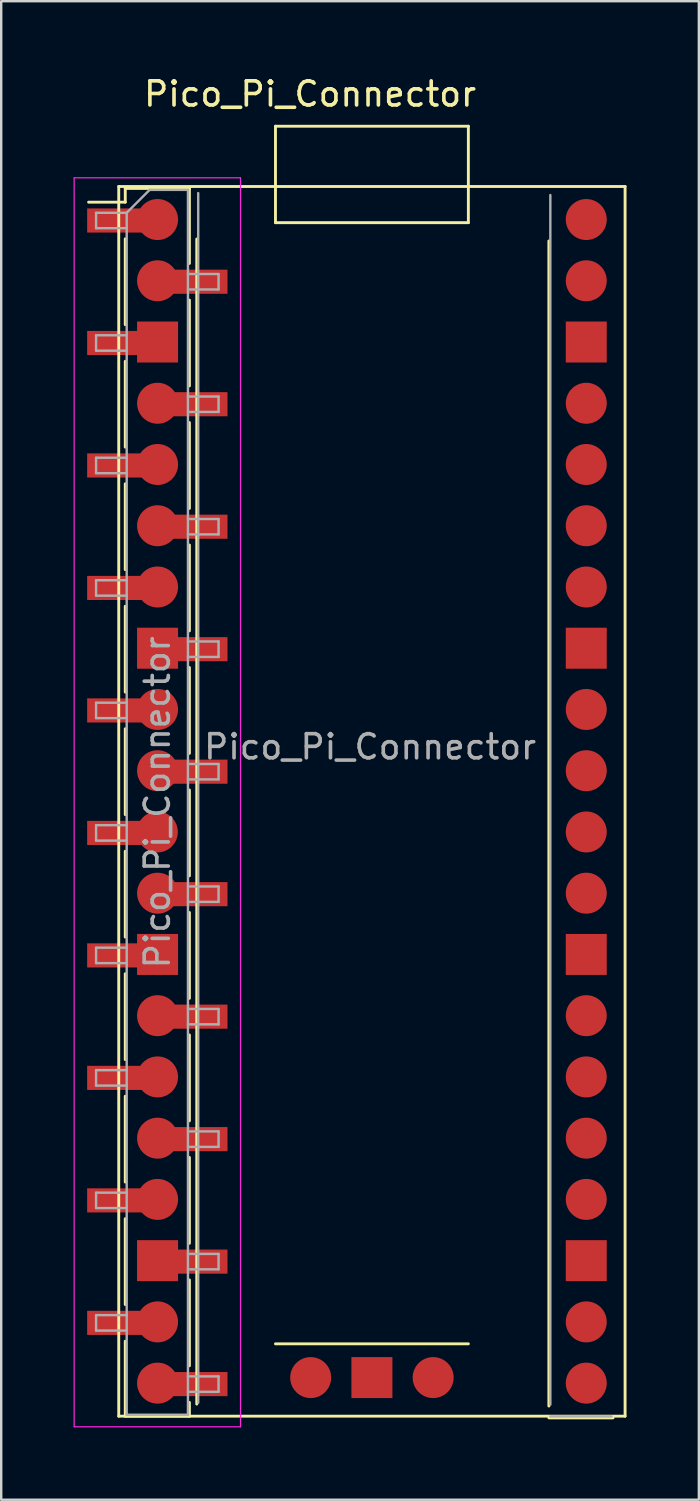
<source format=kicad_pcb>
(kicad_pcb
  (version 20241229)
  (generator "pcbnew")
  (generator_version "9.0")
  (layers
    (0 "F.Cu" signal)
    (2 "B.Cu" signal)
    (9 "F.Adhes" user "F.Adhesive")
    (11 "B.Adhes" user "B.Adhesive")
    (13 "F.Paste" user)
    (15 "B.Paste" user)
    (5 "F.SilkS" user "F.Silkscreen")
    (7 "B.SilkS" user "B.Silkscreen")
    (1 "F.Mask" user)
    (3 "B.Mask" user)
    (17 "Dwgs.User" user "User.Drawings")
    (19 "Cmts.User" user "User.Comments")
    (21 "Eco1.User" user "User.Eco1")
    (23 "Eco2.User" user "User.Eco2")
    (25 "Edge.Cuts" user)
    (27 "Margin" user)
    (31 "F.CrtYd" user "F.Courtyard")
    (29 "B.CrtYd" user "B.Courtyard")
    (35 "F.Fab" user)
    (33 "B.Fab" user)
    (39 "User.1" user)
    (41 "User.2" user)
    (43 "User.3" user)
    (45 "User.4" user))
  (footprint "Pico_Pi_Connector"
    (layer "F.Cu")
    (at 12.375 30.185)
    (property "Reference" "Pico_Pi_Connector" (at -2.565 -29.337 0) (layer "F.SilkS") (effects (font (size 1 1) (thickness 0.15))))
    (attr through_hole)
    (fp_line (start -10.5 -25.5) (end 10.5 -25.5) (stroke (width 0.12) (type solid)) (layer "F.SilkS"))
    (fp_line (start -10.5 25.5) (end -10.5 -25.5) (stroke (width 0.12) (type solid)) (layer "F.SilkS"))
    (fp_line (start -10.23 -25.42) (end -10.23 -24.85) (stroke (width 0.12) (type solid)) (layer "F.SilkS"))
    (fp_line (start -10.23 -25.42) (end -7.57 -25.42) (stroke (width 0.12) (type solid)) (layer "F.SilkS"))
    (fp_line (start -10.23 -24.85) (end -11.75 -24.85) (stroke (width 0.12) (type solid)) (layer "F.SilkS"))
    (fp_line (start -10.23 -23.33) (end -10.23 -19.77) (stroke (width 0.12) (type solid)) (layer "F.SilkS"))
    (fp_line (start -10.23 -18.25) (end -10.23 -14.69) (stroke (width 0.12) (type solid)) (layer "F.SilkS"))
    (fp_line (start -10.23 -13.17) (end -10.23 -9.61) (stroke (width 0.12) (type solid)) (layer "F.SilkS"))
    (fp_line (start -10.23 -8.09) (end -10.23 -4.53) (stroke (width 0.12) (type solid)) (layer "F.SilkS"))
    (fp_line (start -10.23 -3.01) (end -10.23 0.55) (stroke (width 0.12) (type solid)) (layer "F.SilkS"))
    (fp_line (start -10.23 2.07) (end -10.23 5.63) (stroke (width 0.12) (type solid)) (layer "F.SilkS"))
    (fp_line (start -10.23 7.15) (end -10.23 10.71) (stroke (width 0.12) (type solid)) (layer "F.SilkS"))
    (fp_line (start -10.23 12.23) (end -10.23 15.79) (stroke (width 0.12) (type solid)) (layer "F.SilkS"))
    (fp_line (start -10.23 17.31) (end -10.23 20.87) (stroke (width 0.12) (type solid)) (layer "F.SilkS"))
    (fp_line (start -10.23 22.39) (end -10.23 25.5) (stroke (width 0.12) (type solid)) (layer "F.SilkS"))
    (fp_line (start -10.23 25.5) (end -7.57 25.5) (stroke (width 0.12) (type solid)) (layer "F.SilkS"))
    (fp_line (start -7.57 -25.42) (end -7.57 -22.31) (stroke (width 0.12) (type solid)) (layer "F.SilkS"))
    (fp_line (start -7.57 -20.79) (end -7.57 -17.23) (stroke (width 0.12) (type solid)) (layer "F.SilkS"))
    (fp_line (start -7.57 -15.71) (end -7.57 -12.15) (stroke (width 0.12) (type solid)) (layer "F.SilkS"))
    (fp_line (start -7.57 -10.63) (end -7.57 -7.07) (stroke (width 0.12) (type solid)) (layer "F.SilkS"))
    (fp_line (start -7.57 -5.55) (end -7.57 -1.99) (stroke (width 0.12) (type solid)) (layer "F.SilkS"))
    (fp_line (start -7.57 -0.47) (end -7.57 3.09) (stroke (width 0.12) (type solid)) (layer "F.SilkS"))
    (fp_line (start -7.57 4.61) (end -7.57 8.17) (stroke (width 0.12) (type solid)) (layer "F.SilkS"))
    (fp_line (start -7.57 9.69) (end -7.57 13.25) (stroke (width 0.12) (type solid)) (layer "F.SilkS"))
    (fp_line (start -7.57 14.77) (end -7.57 18.33) (stroke (width 0.12) (type solid)) (layer "F.SilkS"))
    (fp_line (start -7.57 19.85) (end -7.57 23.41) (stroke (width 0.12) (type solid)) (layer "F.SilkS"))
    (fp_line (start -7.57 24.93) (end -7.57 25.5) (stroke (width 0.12) (type solid)) (layer "F.SilkS"))
    (fp_line (start -7.264 -23.322) (end -7.264 24.998) (stroke (width 0.12) (type solid)) (layer "F.SilkS"))
    (fp_line (start -4 -28) (end -4 -24) (stroke (width 0.12) (type solid)) (layer "F.SilkS"))
    (fp_line (start -4 -24) (end 4 -24) (stroke (width 0.12) (type solid)) (layer "F.SilkS"))
    (fp_line (start -4 22.5) (end 4 22.5) (stroke (width 0.12) (type solid)) (layer "F.SilkS"))
    (fp_line (start 4 -28) (end -4 -28) (stroke (width 0.12) (type solid)) (layer "F.SilkS"))
    (fp_line (start 4 -24) (end 4 -28) (stroke (width 0.12) (type solid)) (layer "F.SilkS"))
    (fp_line (start 7.34 -23.241) (end 7.34 25.079) (stroke (width 0.12) (type solid)) (layer "F.SilkS"))
    (fp_line (start 7.34 25.57) (end 10 25.57) (stroke (width 0.12) (type solid)) (layer "F.SilkS"))
    (fp_line (start 10.5 -25.5) (end 10.5 25.5) (stroke (width 0.12) (type solid)) (layer "F.SilkS"))
    (fp_line (start 10.5 25.5) (end -10.5 25.5) (stroke (width 0.12) (type solid)) (layer "F.SilkS"))
    (fp_line (start -12.35 -25.86) (end -12.35 25.94) (stroke (width 0.05) (type solid)) (layer "F.CrtYd"))
    (fp_line (start -12.35 25.94) (end -5.45 25.94) (stroke (width 0.05) (type solid)) (layer "F.CrtYd"))
    (fp_line (start -5.45 -25.86) (end -12.35 -25.86) (stroke (width 0.05) (type solid)) (layer "F.CrtYd"))
    (fp_line (start -5.45 25.94) (end -5.45 -25.86) (stroke (width 0.05) (type solid)) (layer "F.CrtYd"))
    (fp_line (start -11.44 -24.41) (end -11.44 -23.77) (stroke (width 0.1) (type solid)) (layer "F.Fab"))
    (fp_line (start -11.44 -23.77) (end -10.17 -23.77) (stroke (width 0.1) (type solid)) (layer "F.Fab"))
    (fp_line (start -11.44 -19.33) (end -11.44 -18.69) (stroke (width 0.1) (type solid)) (layer "F.Fab"))
    (fp_line (start -11.44 -18.69) (end -10.17 -18.69) (stroke (width 0.1) (type solid)) (layer "F.Fab"))
    (fp_line (start -11.44 -14.25) (end -11.44 -13.61) (stroke (width 0.1) (type solid)) (layer "F.Fab"))
    (fp_line (start -11.44 -13.61) (end -10.17 -13.61) (stroke (width 0.1) (type solid)) (layer "F.Fab"))
    (fp_line (start -11.44 -9.17) (end -11.44 -8.53) (stroke (width 0.1) (type solid)) (layer "F.Fab"))
    (fp_line (start -11.44 -8.53) (end -10.17 -8.53) (stroke (width 0.1) (type solid)) (layer "F.Fab"))
    (fp_line (start -11.44 -4.09) (end -11.44 -3.45) (stroke (width 0.1) (type solid)) (layer "F.Fab"))
    (fp_line (start -11.44 -3.45) (end -10.17 -3.45) (stroke (width 0.1) (type solid)) (layer "F.Fab"))
    (fp_line (start -11.44 0.99) (end -11.44 1.63) (stroke (width 0.1) (type solid)) (layer "F.Fab"))
    (fp_line (start -11.44 1.63) (end -10.17 1.63) (stroke (width 0.1) (type solid)) (layer "F.Fab"))
    (fp_line (start -11.44 6.07) (end -11.44 6.71) (stroke (width 0.1) (type solid)) (layer "F.Fab"))
    (fp_line (start -11.44 6.71) (end -10.17 6.71) (stroke (width 0.1) (type solid)) (layer "F.Fab"))
    (fp_line (start -11.44 11.15) (end -11.44 11.79) (stroke (width 0.1) (type solid)) (layer "F.Fab"))
    (fp_line (start -11.44 11.79) (end -10.17 11.79) (stroke (width 0.1) (type solid)) (layer "F.Fab"))
    (fp_line (start -11.44 16.23) (end -11.44 16.87) (stroke (width 0.1) (type solid)) (layer "F.Fab"))
    (fp_line (start -11.44 16.87) (end -10.17 16.87) (stroke (width 0.1) (type solid)) (layer "F.Fab"))
    (fp_line (start -11.44 21.31) (end -11.44 21.95) (stroke (width 0.1) (type solid)) (layer "F.Fab"))
    (fp_line (start -11.44 21.95) (end -10.17 21.95) (stroke (width 0.1) (type solid)) (layer "F.Fab"))
    (fp_line (start -10.17 -24.41) (end -11.44 -24.41) (stroke (width 0.1) (type solid)) (layer "F.Fab"))
    (fp_line (start -10.17 -24.41) (end -9.22 -25.36) (stroke (width 0.1) (type solid)) (layer "F.Fab"))
    (fp_line (start -10.17 -19.33) (end -11.44 -19.33) (stroke (width 0.1) (type solid)) (layer "F.Fab"))
    (fp_line (start -10.17 -14.25) (end -11.44 -14.25) (stroke (width 0.1) (type solid)) (layer "F.Fab"))
    (fp_line (start -10.17 -9.17) (end -11.44 -9.17) (stroke (width 0.1) (type solid)) (layer "F.Fab"))
    (fp_line (start -10.17 -4.09) (end -11.44 -4.09) (stroke (width 0.1) (type solid)) (layer "F.Fab"))
    (fp_line (start -10.17 0.99) (end -11.44 0.99) (stroke (width 0.1) (type solid)) (layer "F.Fab"))
    (fp_line (start -10.17 6.07) (end -11.44 6.07) (stroke (width 0.1) (type solid)) (layer "F.Fab"))
    (fp_line (start -10.17 11.15) (end -11.44 11.15) (stroke (width 0.1) (type solid)) (layer "F.Fab"))
    (fp_line (start -10.17 16.23) (end -11.44 16.23) (stroke (width 0.1) (type solid)) (layer "F.Fab"))
    (fp_line (start -10.17 21.31) (end -11.44 21.31) (stroke (width 0.1) (type solid)) (layer "F.Fab"))
    (fp_line (start -10.17 25.44) (end -10.17 -24.41) (stroke (width 0.1) (type solid)) (layer "F.Fab"))
    (fp_line (start -9.22 -25.36) (end -7.63 -25.36) (stroke (width 0.1) (type solid)) (layer "F.Fab"))
    (fp_line (start -7.63 -25.36) (end -7.63 25.44) (stroke (width 0.1) (type solid)) (layer "F.Fab"))
    (fp_line (start -7.63 -21.87) (end -6.36 -21.87) (stroke (width 0.1) (type solid)) (layer "F.Fab"))
    (fp_line (start -7.63 -16.79) (end -6.36 -16.79) (stroke (width 0.1) (type solid)) (layer "F.Fab"))
    (fp_line (start -7.63 -11.71) (end -6.36 -11.71) (stroke (width 0.1) (type solid)) (layer "F.Fab"))
    (fp_line (start -7.63 -6.63) (end -6.36 -6.63) (stroke (width 0.1) (type solid)) (layer "F.Fab"))
    (fp_line (start -7.63 -1.55) (end -6.36 -1.55) (stroke (width 0.1) (type solid)) (layer "F.Fab"))
    (fp_line (start -7.63 3.53) (end -6.36 3.53) (stroke (width 0.1) (type solid)) (layer "F.Fab"))
    (fp_line (start -7.63 8.61) (end -6.36 8.61) (stroke (width 0.1) (type solid)) (layer "F.Fab"))
    (fp_line (start -7.63 13.69) (end -6.36 13.69) (stroke (width 0.1) (type solid)) (layer "F.Fab"))
    (fp_line (start -7.63 18.77) (end -6.36 18.77) (stroke (width 0.1) (type solid)) (layer "F.Fab"))
    (fp_line (start -7.63 23.85) (end -6.36 23.85) (stroke (width 0.1) (type solid)) (layer "F.Fab"))
    (fp_line (start -7.63 25.44) (end -10.17 25.44) (stroke (width 0.1) (type solid)) (layer "F.Fab"))
    (fp_line (start -7.204 24.938) (end -7.204 -25.227) (stroke (width 0.1) (type solid)) (layer "F.Fab"))
    (fp_line (start -6.36 -21.87) (end -6.36 -21.23) (stroke (width 0.1) (type solid)) (layer "F.Fab"))
    (fp_line (start -6.36 -21.23) (end -7.63 -21.23) (stroke (width 0.1) (type solid)) (layer "F.Fab"))
    (fp_line (start -6.36 -16.79) (end -6.36 -16.15) (stroke (width 0.1) (type solid)) (layer "F.Fab"))
    (fp_line (start -6.36 -16.15) (end -7.63 -16.15) (stroke (width 0.1) (type solid)) (layer "F.Fab"))
    (fp_line (start -6.36 -11.71) (end -6.36 -11.07) (stroke (width 0.1) (type solid)) (layer "F.Fab"))
    (fp_line (start -6.36 -11.07) (end -7.63 -11.07) (stroke (width 0.1) (type solid)) (layer "F.Fab"))
    (fp_line (start -6.36 -6.63) (end -6.36 -5.99) (stroke (width 0.1) (type solid)) (layer "F.Fab"))
    (fp_line (start -6.36 -5.99) (end -7.63 -5.99) (stroke (width 0.1) (type solid)) (layer "F.Fab"))
    (fp_line (start -6.36 -1.55) (end -6.36 -0.91) (stroke (width 0.1) (type solid)) (layer "F.Fab"))
    (fp_line (start -6.36 -0.91) (end -7.63 -0.91) (stroke (width 0.1) (type solid)) (layer "F.Fab"))
    (fp_line (start -6.36 3.53) (end -6.36 4.17) (stroke (width 0.1) (type solid)) (layer "F.Fab"))
    (fp_line (start -6.36 4.17) (end -7.63 4.17) (stroke (width 0.1) (type solid)) (layer "F.Fab"))
    (fp_line (start -6.36 8.61) (end -6.36 9.25) (stroke (width 0.1) (type solid)) (layer "F.Fab"))
    (fp_line (start -6.36 9.25) (end -7.63 9.25) (stroke (width 0.1) (type solid)) (layer "F.Fab"))
    (fp_line (start -6.36 13.69) (end -6.36 14.33) (stroke (width 0.1) (type solid)) (layer "F.Fab"))
    (fp_line (start -6.36 14.33) (end -7.63 14.33) (stroke (width 0.1) (type solid)) (layer "F.Fab"))
    (fp_line (start -6.36 18.77) (end -6.36 19.41) (stroke (width 0.1) (type solid)) (layer "F.Fab"))
    (fp_line (start -6.36 19.41) (end -7.63 19.41) (stroke (width 0.1) (type solid)) (layer "F.Fab"))
    (fp_line (start -6.36 23.85) (end -6.36 24.49) (stroke (width 0.1) (type solid)) (layer "F.Fab"))
    (fp_line (start -6.36 24.49) (end -7.63 24.49) (stroke (width 0.1) (type solid)) (layer "F.Fab"))
    (fp_line (start 7.4 25.019) (end 7.4 -25.146) (stroke (width 0.1) (type solid)) (layer "F.Fab"))
    (fp_line (start 9.94 25.51) (end 7.4 25.51) (stroke (width 0.1) (type solid)) (layer "F.Fab"))
    (fp_text user "${REFERENCE}" (at -8.9 0.04 90) (layer "F.Fab") (effects (font (size 1 1) (thickness 0.15))))
    (fp_text user "${REFERENCE}" (at -0.076 -2.261 180) (layer "F.Fab") (effects (font (size 1 1) (thickness 0.15))))
    (pad "1" smd rect (at -10.555 -24.09) (size 2.51 1) (layers "F.Cu" "F.Mask" "F.Paste"))
    (pad "1" smd circle (at -8.89 -24.13) (size 1.7 1.7) (layers "F.Cu" "F.Mask" "F.Paste"))
    (pad "2" smd oval (at -8.89 -21.59) (size 1.7 1.7) (layers "F.Cu" "F.Mask" "F.Paste"))
    (pad "2" smd rect (at -7.245 -21.55) (size 2.51 1) (layers "F.Cu" "F.Mask" "F.Paste"))
    (pad "3" smd rect (at -10.555 -19.01) (size 2.51 1) (layers "F.Cu" "F.Mask" "F.Paste"))
    (pad "3" smd rect (at -8.89 -19.05) (size 1.7 1.7) (layers "F.Cu" "F.Mask" "F.Paste"))
    (pad "4" smd oval (at -8.89 -16.51) (size 1.7 1.7) (layers "F.Cu" "F.Mask" "F.Paste"))
    (pad "4" smd rect (at -7.245 -16.47) (size 2.51 1) (layers "F.Cu" "F.Mask" "F.Paste"))
    (pad "5" smd rect (at -10.555 -13.93) (size 2.51 1) (layers "F.Cu" "F.Mask" "F.Paste"))
    (pad "5" smd oval (at -8.89 -13.97) (size 1.7 1.7) (layers "F.Cu" "F.Mask" "F.Paste"))
    (pad "6" smd oval (at -8.89 -11.43) (size 1.7 1.7) (layers "F.Cu" "F.Mask" "F.Paste"))
    (pad "6" smd rect (at -7.245 -11.39) (size 2.51 1) (layers "F.Cu" "F.Mask" "F.Paste"))
    (pad "7" smd rect (at -10.555 -8.85) (size 2.51 1) (layers "F.Cu" "F.Mask" "F.Paste"))
    (pad "7" smd oval (at -8.89 -8.89) (size 1.7 1.7) (layers "F.Cu" "F.Mask" "F.Paste"))
    (pad "8" smd rect (at -8.89 -6.35) (size 1.7 1.7) (layers "F.Cu" "F.Mask" "F.Paste"))
    (pad "8" smd rect (at -7.245 -6.31) (size 2.51 1) (layers "F.Cu" "F.Mask" "F.Paste"))
    (pad "9" smd rect (at -10.555 -3.77) (size 2.51 1) (layers "F.Cu" "F.Mask" "F.Paste"))
    (pad "9" smd oval (at -8.89 -3.81) (size 1.7 1.7) (layers "F.Cu" "F.Mask" "F.Paste"))
    (pad "10" smd oval (at -8.89 -1.27) (size 1.7 1.7) (layers "F.Cu" "F.Mask" "F.Paste"))
    (pad "10" smd rect (at -7.245 -1.23) (size 2.51 1) (layers "F.Cu" "F.Mask" "F.Paste"))
    (pad "11" smd rect (at -10.555 1.31) (size 2.51 1) (layers "F.Cu" "F.Mask" "F.Paste"))
    (pad "11" smd oval (at -8.9 1.27) (size 1.7 1.7) (layers "F.Cu" "F.Mask" "F.Paste"))
    (pad "12" smd oval (at -8.89 3.81) (size 1.7 1.7) (layers "F.Cu" "F.Mask" "F.Paste"))
    (pad "12" smd rect (at -7.245 3.85) (size 2.51 1) (layers "F.Cu" "F.Mask" "F.Paste"))
    (pad "13" smd rect (at -10.555 6.39) (size 2.51 1) (layers "F.Cu" "F.Mask" "F.Paste"))
    (pad "13" smd rect (at -8.89 6.35) (size 1.7 1.7) (layers "F.Cu" "F.Mask" "F.Paste"))
    (pad "14" smd oval (at -8.89 8.89) (size 1.7 1.7) (layers "F.Cu" "F.Mask" "F.Paste"))
    (pad "14" smd rect (at -7.245 8.93) (size 2.51 1) (layers "F.Cu" "F.Mask" "F.Paste"))
    (pad "15" smd rect (at -10.555 11.47) (size 2.51 1) (layers "F.Cu" "F.Mask" "F.Paste"))
    (pad "15" smd oval (at -8.89 11.43) (size 1.7 1.7) (layers "F.Cu" "F.Mask" "F.Paste"))
    (pad "16" smd oval (at -8.89 13.97) (size 1.7 1.7) (layers "F.Cu" "F.Mask" "F.Paste"))
    (pad "16" smd rect (at -7.245 14.01) (size 2.51 1) (layers "F.Cu" "F.Mask" "F.Paste"))
    (pad "17" smd rect (at -10.555 16.55) (size 2.51 1) (layers "F.Cu" "F.Mask" "F.Paste"))
    (pad "17" smd oval (at -8.89 16.51) (size 1.7 1.7) (layers "F.Cu" "F.Mask" "F.Paste"))
    (pad "18" smd rect (at -8.89 19.05) (size 1.7 1.7) (layers "F.Cu" "F.Mask" "F.Paste"))
    (pad "18" smd rect (at -7.245 19.09) (size 2.51 1) (layers "F.Cu" "F.Mask" "F.Paste"))
    (pad "19" smd rect (at -10.555 21.63) (size 2.51 1) (layers "F.Cu" "F.Mask" "F.Paste"))
    (pad "19" smd oval (at -8.89 21.59) (size 1.7 1.7) (layers "F.Cu" "F.Mask" "F.Paste"))
    (pad "20" smd oval (at -8.89 24.13) (size 1.7 1.7) (layers "F.Cu" "F.Mask" "F.Paste"))
    (pad "20" smd rect (at -7.245 24.17) (size 2.51 1) (layers "F.Cu" "F.Mask" "F.Paste"))
    (pad "21" smd oval (at 8.89 24.13) (size 1.7 1.7) (layers "F.Cu" "F.Mask" "F.Paste"))
    (pad "22" smd oval (at 8.89 21.59) (size 1.7 1.7) (layers "F.Cu" "F.Mask" "F.Paste"))
    (pad "23" smd rect (at 8.89 19.05) (size 1.7 1.7) (layers "F.Cu" "F.Mask" "F.Paste"))
    (pad "24" smd oval (at 8.89 16.51) (size 1.7 1.7) (layers "F.Cu" "F.Mask" "F.Paste"))
    (pad "25" smd oval (at 8.89 13.97) (size 1.7 1.7) (layers "F.Cu" "F.Mask" "F.Paste"))
    (pad "26" smd oval (at 8.89 11.43) (size 1.7 1.7) (layers "F.Cu" "F.Mask" "F.Paste"))
    (pad "27" smd oval (at 8.89 8.89) (size 1.7 1.7) (layers "F.Cu" "F.Mask" "F.Paste"))
    (pad "28" smd rect (at 8.89 6.35) (size 1.7 1.7) (layers "F.Cu" "F.Mask" "F.Paste"))
    (pad "29" smd oval (at 8.89 3.81) (size 1.7 1.7) (layers "F.Cu" "F.Mask" "F.Paste"))
    (pad "30" smd oval (at 8.89 1.27) (size 1.7 1.7) (layers "F.Cu" "F.Mask" "F.Paste"))
    (pad "31" smd oval (at 8.89 -1.27) (size 1.7 1.7) (layers "F.Cu" "F.Mask" "F.Paste"))
    (pad "32" smd oval (at 8.89 -3.81) (size 1.7 1.7) (layers "F.Cu" "F.Mask" "F.Paste"))
    (pad "33" smd rect (at 8.89 -6.35) (size 1.7 1.7) (layers "F.Cu" "F.Mask" "F.Paste"))
    (pad "34" smd oval (at 8.89 -8.89) (size 1.7 1.7) (layers "F.Cu" "F.Mask" "F.Paste"))
    (pad "35" smd oval (at 8.89 -11.43) (size 1.7 1.7) (layers "F.Cu" "F.Mask" "F.Paste"))
    (pad "36" smd oval (at 8.89 -13.97) (size 1.7 1.7) (layers "F.Cu" "F.Mask" "F.Paste"))
    (pad "37" smd oval (at 8.89 -16.51) (size 1.7 1.7) (layers "F.Cu" "F.Mask" "F.Paste"))
    (pad "38" smd rect (at 8.89 -19.05) (size 1.7 1.7) (layers "F.Cu" "F.Mask" "F.Paste"))
    (pad "39" smd oval (at 8.89 -21.59) (size 1.7 1.7) (layers "F.Cu" "F.Mask" "F.Paste"))
    (pad "40" smd circle (at 8.89 -24.13) (size 1.7 1.7) (layers "F.Cu" "F.Mask" "F.Paste"))
    (pad "41" smd oval (at -2.54 23.9) (size 1.7 1.7) (layers "F.Cu" "F.Mask" "F.Paste"))
    (pad "42" smd rect (at 0 23.9) (size 1.7 1.7) (layers "F.Cu" "F.Mask" "F.Paste"))
    (pad "43" smd oval (at 2.54 23.9) (size 1.7 1.7) (layers "F.Cu" "F.Mask" "F.Paste")))
  (gr_rect
    (start -3 -3)
    (end 25.935 59.15)
    (stroke (width 0.1) (type default))
    (fill no)
    (layer "Edge.Cuts")))
</source>
